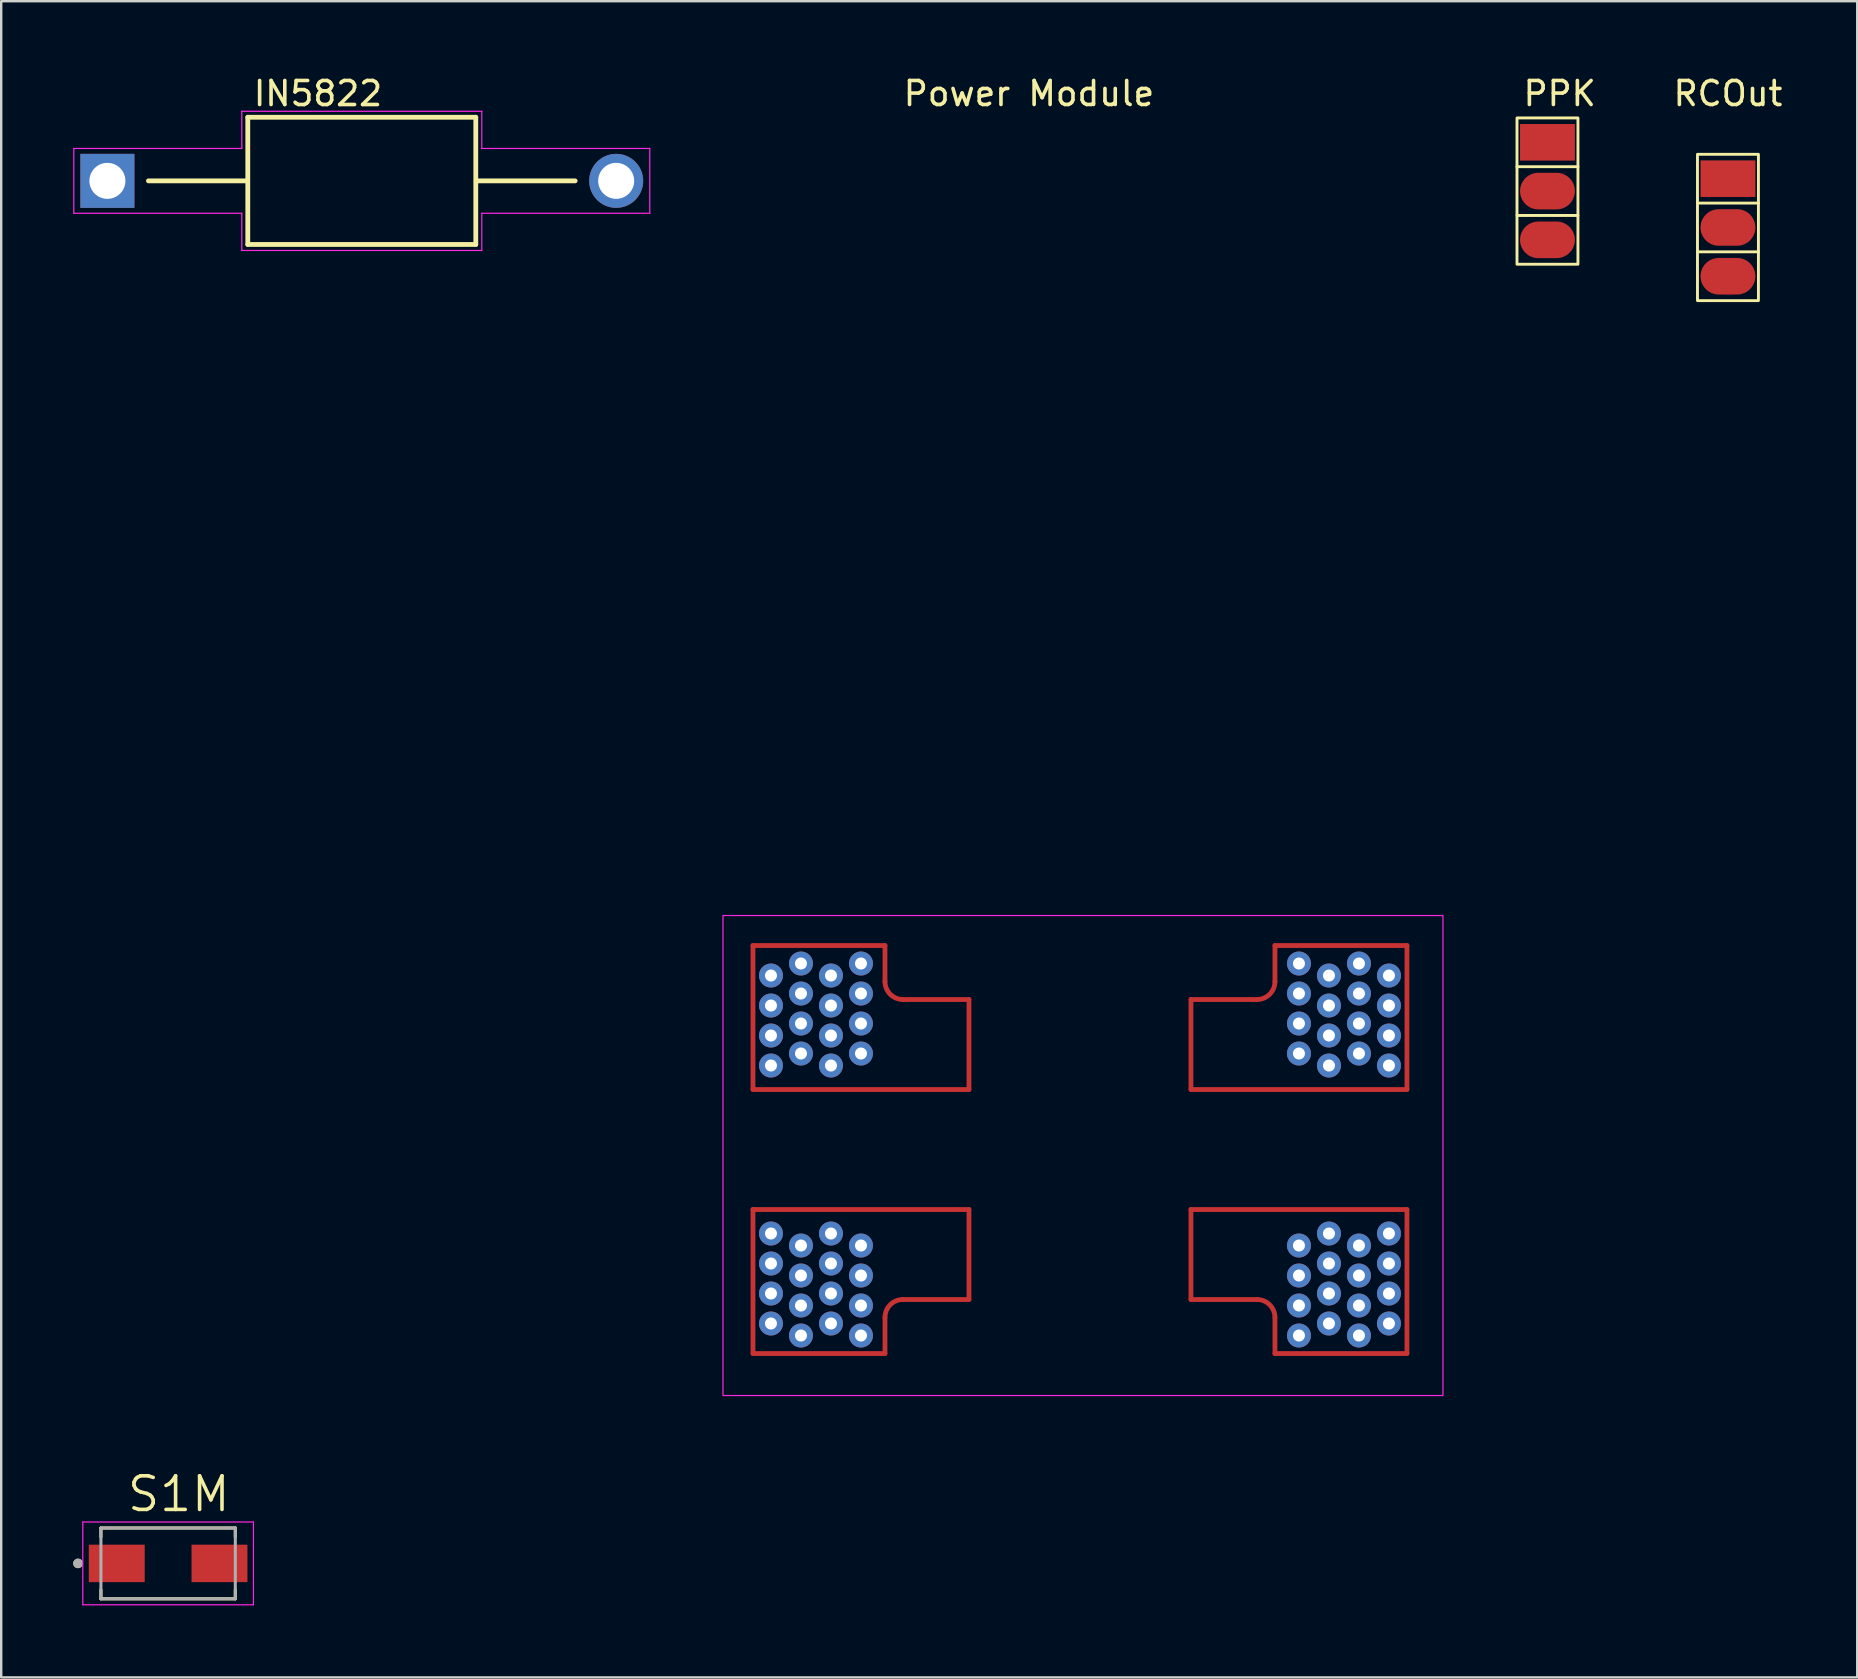
<source format=kicad_pcb>
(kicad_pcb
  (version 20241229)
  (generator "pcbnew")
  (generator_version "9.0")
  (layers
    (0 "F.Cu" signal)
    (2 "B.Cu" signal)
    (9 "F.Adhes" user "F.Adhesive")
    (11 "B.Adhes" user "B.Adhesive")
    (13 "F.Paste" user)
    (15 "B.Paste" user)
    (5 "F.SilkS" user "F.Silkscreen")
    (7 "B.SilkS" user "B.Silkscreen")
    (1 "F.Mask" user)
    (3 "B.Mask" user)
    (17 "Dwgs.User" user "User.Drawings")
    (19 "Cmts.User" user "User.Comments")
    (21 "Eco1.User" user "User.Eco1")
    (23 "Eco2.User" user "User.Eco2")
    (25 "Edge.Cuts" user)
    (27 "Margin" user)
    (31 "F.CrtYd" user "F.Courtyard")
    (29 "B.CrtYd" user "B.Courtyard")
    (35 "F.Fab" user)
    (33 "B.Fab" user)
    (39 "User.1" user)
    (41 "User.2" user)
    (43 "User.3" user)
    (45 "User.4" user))
  (footprint "Power Module"
    (layer "F.Cu")
    (at 39.825 44.848)
    (property "Reference" "Power Module" (at 0 -44 0) (unlocked yes) (layer "F.SilkS") (effects (font (size 1 1) (thickness 0.15))))
    (attr smd)
    (fp_line (start -11.5 -8.5) (end -6 -8.5) (stroke (width 0.2) (type solid)) (layer "F.Cu"))
    (fp_line (start -11.5 -2.5) (end -11.5 -8.5) (stroke (width 0.2) (type solid)) (layer "F.Cu"))
    (fp_line (start -11.5 2.5) (end -11.5 8.5) (stroke (width 0.2) (type solid)) (layer "F.Cu"))
    (fp_line (start -11.5 8.5) (end -6 8.5) (stroke (width 0.2) (type solid)) (layer "F.Cu"))
    (fp_line (start -6 -8.5) (end -6 -7) (stroke (width 0.2) (type solid)) (layer "F.Cu"))
    (fp_line (start -6 8.5) (end -6 7) (stroke (width 0.2) (type solid)) (layer "F.Cu"))
    (fp_line (start -5.25 -6.25) (end -2.5 -6.25) (stroke (width 0.2) (type solid)) (layer "F.Cu"))
    (fp_line (start -5.25 6.25) (end -2.5 6.25) (stroke (width 0.2) (type solid)) (layer "F.Cu"))
    (fp_line (start -2.5 -6.25) (end -2.5 -2.5) (stroke (width 0.2) (type solid)) (layer "F.Cu"))
    (fp_line (start -2.5 -2.5) (end -11.5 -2.5) (stroke (width 0.2) (type solid)) (layer "F.Cu"))
    (fp_line (start -2.5 2.5) (end -11.5 2.5) (stroke (width 0.2) (type solid)) (layer "F.Cu"))
    (fp_line (start -2.5 6.25) (end -2.5 2.5) (stroke (width 0.2) (type solid)) (layer "F.Cu"))
    (fp_line (start 6.75 -6.25) (end 6.75 -2.5) (stroke (width 0.2) (type solid)) (layer "F.Cu"))
    (fp_line (start 6.75 -2.5) (end 15.75 -2.5) (stroke (width 0.2) (type solid)) (layer "F.Cu"))
    (fp_line (start 6.75 2.5) (end 15.75 2.5) (stroke (width 0.2) (type solid)) (layer "F.Cu"))
    (fp_line (start 6.75 6.25) (end 6.75 2.5) (stroke (width 0.2) (type solid)) (layer "F.Cu"))
    (fp_line (start 9.5 -6.25) (end 6.75 -6.25) (stroke (width 0.2) (type solid)) (layer "F.Cu"))
    (fp_line (start 9.5 6.25) (end 6.75 6.25) (stroke (width 0.2) (type solid)) (layer "F.Cu"))
    (fp_line (start 10.25 -8.5) (end 10.25 -7) (stroke (width 0.2) (type solid)) (layer "F.Cu"))
    (fp_line (start 10.25 8.5) (end 10.25 7) (stroke (width 0.2) (type solid)) (layer "F.Cu"))
    (fp_line (start 15.75 -8.5) (end 10.25 -8.5) (stroke (width 0.2) (type solid)) (layer "F.Cu"))
    (fp_line (start 15.75 -2.5) (end 15.75 -8.5) (stroke (width 0.2) (type solid)) (layer "F.Cu"))
    (fp_line (start 15.75 2.5) (end 15.75 8.5) (stroke (width 0.2) (type solid)) (layer "F.Cu"))
    (fp_line (start 15.75 8.5) (end 10.25 8.5) (stroke (width 0.2) (type solid)) (layer "F.Cu"))
    (fp_arc (start -6 7) (mid -5.78033 6.46967) (end -5.25 6.25) (stroke (width 0.2) (type solid)) (layer "F.Cu"))
    (fp_arc (start -5.25 -6.25) (mid -5.78033 -6.46967) (end -6 -7) (stroke (width 0.2) (type solid)) (layer "F.Cu"))
    (fp_arc (start 9.5 6.25) (mid 10.03033 6.46967) (end 10.25 7) (stroke (width 0.2) (type solid)) (layer "F.Cu"))
    (fp_arc (start 10.25 -7) (mid 10.03033 -6.46967) (end 9.5 -6.25) (stroke (width 0.2) (type solid)) (layer "F.Cu"))
    (fp_rect (start 17.25 -9.75) (end -12.75 10.25) (stroke (width 0.05) (type solid)) (fill no) (layer "F.CrtYd"))
    (pad "" thru_hole circle (at -10.75 -7.25) (size 1 1) (drill 0.5) (layers "*.Cu" "*.Mask"))
    (pad "" thru_hole circle (at -10.75 -6) (size 1 1) (drill 0.5) (layers "*.Cu" "*.Mask"))
    (pad "" thru_hole circle (at -10.75 -4.75) (size 1 1) (drill 0.5) (layers "*.Cu" "*.Mask"))
    (pad "" thru_hole circle (at -10.75 -3.5) (size 1 1) (drill 0.5) (layers "*.Cu" "*.Mask"))
    (pad "" thru_hole circle (at -10.75 3.5 180) (size 1 1) (drill 0.5) (layers "*.Cu" "*.Mask"))
    (pad "" thru_hole circle (at -10.75 4.75 180) (size 1 1) (drill 0.5) (layers "*.Cu" "*.Mask"))
    (pad "" thru_hole circle (at -10.75 6 180) (size 1 1) (drill 0.5) (layers "*.Cu" "*.Mask"))
    (pad "" thru_hole circle (at -10.75 7.25 180) (size 1 1) (drill 0.5) (layers "*.Cu" "*.Mask"))
    (pad "" thru_hole circle (at -9.5 -7.75) (size 1 1) (drill 0.5) (layers "*.Cu" "*.Mask"))
    (pad "" thru_hole circle (at -9.5 -6.5) (size 1 1) (drill 0.5) (layers "*.Cu" "*.Mask"))
    (pad "" thru_hole circle (at -9.5 -5.25) (size 1 1) (drill 0.5) (layers "*.Cu" "*.Mask"))
    (pad "" thru_hole circle (at -9.5 -4) (size 1 1) (drill 0.5) (layers "*.Cu" "*.Mask"))
    (pad "" thru_hole circle (at -9.5 4 180) (size 1 1) (drill 0.5) (layers "*.Cu" "*.Mask"))
    (pad "" thru_hole circle (at -9.5 5.25 180) (size 1 1) (drill 0.5) (layers "*.Cu" "*.Mask"))
    (pad "" thru_hole circle (at -9.5 6.5 180) (size 1 1) (drill 0.5) (layers "*.Cu" "*.Mask"))
    (pad "" thru_hole circle (at -9.5 7.75 180) (size 1 1) (drill 0.5) (layers "*.Cu" "*.Mask"))
    (pad "" thru_hole circle (at -8.25 -7.25) (size 1 1) (drill 0.5) (layers "*.Cu" "*.Mask"))
    (pad "" thru_hole circle (at -8.25 -6) (size 1 1) (drill 0.5) (layers "*.Cu" "*.Mask"))
    (pad "" thru_hole circle (at -8.25 -4.75) (size 1 1) (drill 0.5) (layers "*.Cu" "*.Mask"))
    (pad "" thru_hole circle (at -8.25 -3.5) (size 1 1) (drill 0.5) (layers "*.Cu" "*.Mask"))
    (pad "" thru_hole circle (at -8.25 3.5 180) (size 1 1) (drill 0.5) (layers "*.Cu" "*.Mask"))
    (pad "" thru_hole circle (at -8.25 4.75 180) (size 1 1) (drill 0.5) (layers "*.Cu" "*.Mask"))
    (pad "" thru_hole circle (at -8.25 6 180) (size 1 1) (drill 0.5) (layers "*.Cu" "*.Mask"))
    (pad "" thru_hole circle (at -8.25 7.25 180) (size 1 1) (drill 0.5) (layers "*.Cu" "*.Mask"))
    (pad "" thru_hole circle (at -7 -7.75) (size 1 1) (drill 0.5) (layers "*.Cu" "*.Mask"))
    (pad "" thru_hole circle (at -7 -6.5) (size 1 1) (drill 0.5) (layers "*.Cu" "*.Mask"))
    (pad "" thru_hole circle (at -7 -5.25) (size 1 1) (drill 0.5) (layers "*.Cu" "*.Mask"))
    (pad "" thru_hole circle (at -7 -4) (size 1 1) (drill 0.5) (layers "*.Cu" "*.Mask"))
    (pad "" thru_hole circle (at -7 4 180) (size 1 1) (drill 0.5) (layers "*.Cu" "*.Mask"))
    (pad "" thru_hole circle (at -7 5.25 180) (size 1 1) (drill 0.5) (layers "*.Cu" "*.Mask"))
    (pad "" thru_hole circle (at -7 6.5 180) (size 1 1) (drill 0.5) (layers "*.Cu" "*.Mask"))
    (pad "" thru_hole circle (at -7 7.75 180) (size 1 1) (drill 0.5) (layers "*.Cu" "*.Mask"))
    (pad "" thru_hole circle (at 11.25 -7.75) (size 1 1) (drill 0.5) (layers "*.Cu" "*.Mask"))
    (pad "" thru_hole circle (at 11.25 -6.5) (size 1 1) (drill 0.5) (layers "*.Cu" "*.Mask"))
    (pad "" thru_hole circle (at 11.25 -5.25) (size 1 1) (drill 0.5) (layers "*.Cu" "*.Mask"))
    (pad "" thru_hole circle (at 11.25 -4) (size 1 1) (drill 0.5) (layers "*.Cu" "*.Mask"))
    (pad "" thru_hole circle (at 11.25 4 180) (size 1 1) (drill 0.5) (layers "*.Cu" "*.Mask"))
    (pad "" thru_hole circle (at 11.25 5.25 180) (size 1 1) (drill 0.5) (layers "*.Cu" "*.Mask"))
    (pad "" thru_hole circle (at 11.25 6.5 180) (size 1 1) (drill 0.5) (layers "*.Cu" "*.Mask"))
    (pad "" thru_hole circle (at 11.25 7.75 180) (size 1 1) (drill 0.5) (layers "*.Cu" "*.Mask"))
    (pad "" thru_hole circle (at 12.5 -7.25) (size 1 1) (drill 0.5) (layers "*.Cu" "*.Mask"))
    (pad "" thru_hole circle (at 12.5 -6) (size 1 1) (drill 0.5) (layers "*.Cu" "*.Mask"))
    (pad "" thru_hole circle (at 12.5 -4.75) (size 1 1) (drill 0.5) (layers "*.Cu" "*.Mask"))
    (pad "" thru_hole circle (at 12.5 -3.5) (size 1 1) (drill 0.5) (layers "*.Cu" "*.Mask"))
    (pad "" thru_hole circle (at 12.5 3.5 180) (size 1 1) (drill 0.5) (layers "*.Cu" "*.Mask"))
    (pad "" thru_hole circle (at 12.5 4.75 180) (size 1 1) (drill 0.5) (layers "*.Cu" "*.Mask"))
    (pad "" thru_hole circle (at 12.5 6 180) (size 1 1) (drill 0.5) (layers "*.Cu" "*.Mask"))
    (pad "" thru_hole circle (at 12.5 7.25 180) (size 1 1) (drill 0.5) (layers "*.Cu" "*.Mask"))
    (pad "" thru_hole circle (at 13.75 -7.75) (size 1 1) (drill 0.5) (layers "*.Cu" "*.Mask"))
    (pad "" thru_hole circle (at 13.75 -6.5) (size 1 1) (drill 0.5) (layers "*.Cu" "*.Mask"))
    (pad "" thru_hole circle (at 13.75 -5.25) (size 1 1) (drill 0.5) (layers "*.Cu" "*.Mask"))
    (pad "" thru_hole circle (at 13.75 -4) (size 1 1) (drill 0.5) (layers "*.Cu" "*.Mask"))
    (pad "" thru_hole circle (at 13.75 4 180) (size 1 1) (drill 0.5) (layers "*.Cu" "*.Mask"))
    (pad "" thru_hole circle (at 13.75 5.25 180) (size 1 1) (drill 0.5) (layers "*.Cu" "*.Mask"))
    (pad "" thru_hole circle (at 13.75 6.5 180) (size 1 1) (drill 0.5) (layers "*.Cu" "*.Mask"))
    (pad "" thru_hole circle (at 13.75 7.75 180) (size 1 1) (drill 0.5) (layers "*.Cu" "*.Mask"))
    (pad "" thru_hole circle (at 15 -7.25) (size 1 1) (drill 0.5) (layers "*.Cu" "*.Mask"))
    (pad "" thru_hole circle (at 15 -6) (size 1 1) (drill 0.5) (layers "*.Cu" "*.Mask"))
    (pad "" thru_hole circle (at 15 -4.75) (size 1 1) (drill 0.5) (layers "*.Cu" "*.Mask"))
    (pad "" thru_hole circle (at 15 -3.5) (size 1 1) (drill 0.5) (layers "*.Cu" "*.Mask"))
    (pad "" thru_hole circle (at 15 3.5 180) (size 1 1) (drill 0.5) (layers "*.Cu" "*.Mask"))
    (pad "" thru_hole circle (at 15 4.75 180) (size 1 1) (drill 0.5) (layers "*.Cu" "*.Mask"))
    (pad "" thru_hole circle (at 15 6 180) (size 1 1) (drill 0.5) (layers "*.Cu" "*.Mask"))
    (pad "" thru_hole circle (at 15 7.25 180) (size 1 1) (drill 0.5) (layers "*.Cu" "*.Mask")))
  (footprint "PPK"
    (layer "F.Cu")
    (at 61.938 8.214)
    (property "Reference" "PPK" (at 0 -7.366 0) (unlocked yes) (layer "F.SilkS") (effects (font (size 1 1) (thickness 0.15))))
    (attr smd)
    (fp_line (start -1.778 -4.318) (end 0.762 -4.318) (stroke (width 0.12) (type solid)) (layer "F.SilkS"))
    (fp_line (start 0.762 -2.286) (end -1.778 -2.286) (stroke (width 0.12) (type solid)) (layer "F.SilkS"))
    (fp_rect (start -1.778 -6.35) (end 0.762 -0.254) (stroke (width 0.12) (type solid)) (fill no) (layer "F.SilkS"))
    (pad "1" smd rect (at -0.508 -5.334) (size 2.286 1.524) (layers "F.Cu" "F.Mask" "F.Paste"))
    (pad "2" smd oval (at -0.508 -3.302) (size 2.286 1.524) (layers "F.Cu" "F.Mask" "F.Paste"))
    (pad "3" smd oval (at -0.508 -1.27) (size 2.286 1.524) (layers "F.Cu" "F.Mask" "F.Paste")))
  (footprint "S1M"
    (layer "F.Cu")
    (at 3.955 62.094)
    (property "Reference" "S1M" (at 0.445 -2.889 0) (layer "F.SilkS") (effects (font (size 1.4 1.4) (thickness 0.15))))
    (attr through_hole)
    (fp_line (start -2.8 -1.475) (end 2.8 -1.475) (stroke (width 0.127) (type solid)) (layer "F.SilkS"))
    (fp_line (start -2.8 -1.1) (end -2.8 -1.475) (stroke (width 0.127) (type solid)) (layer "F.SilkS"))
    (fp_line (start -2.8 1.475) (end -2.8 1.1) (stroke (width 0.127) (type solid)) (layer "F.SilkS"))
    (fp_line (start 2.8 -1.475) (end 2.8 -1.1) (stroke (width 0.127) (type solid)) (layer "F.SilkS"))
    (fp_line (start 2.8 1.1) (end 2.8 1.475) (stroke (width 0.127) (type solid)) (layer "F.SilkS"))
    (fp_line (start 2.8 1.475) (end -2.8 1.475) (stroke (width 0.127) (type solid)) (layer "F.SilkS"))
    (fp_circle (center -3.755 0) (end -3.655 0) (stroke (width 0.2) (type solid)) (fill no) (layer "F.SilkS"))
    (fp_line (start -3.555 -1.725) (end 3.555 -1.725) (stroke (width 0.05) (type solid)) (layer "F.CrtYd"))
    (fp_line (start -3.555 1.725) (end -3.555 -1.725) (stroke (width 0.05) (type solid)) (layer "F.CrtYd"))
    (fp_line (start 3.555 -1.725) (end 3.555 1.725) (stroke (width 0.05) (type solid)) (layer "F.CrtYd"))
    (fp_line (start 3.555 1.725) (end -3.555 1.725) (stroke (width 0.05) (type solid)) (layer "F.CrtYd"))
    (fp_line (start -2.8 -1.475) (end 2.8 -1.475) (stroke (width 0.127) (type solid)) (layer "F.Fab"))
    (fp_line (start -2.8 1.475) (end -2.8 -1.475) (stroke (width 0.127) (type solid)) (layer "F.Fab"))
    (fp_line (start 2.8 -1.475) (end 2.8 1.475) (stroke (width 0.127) (type solid)) (layer "F.Fab"))
    (fp_line (start 2.8 1.475) (end -2.8 1.475) (stroke (width 0.127) (type solid)) (layer "F.Fab"))
    (fp_circle (center -3.755 0) (end -3.655 0) (stroke (width 0.2) (type solid)) (fill no) (layer "F.Fab"))
    (pad "A" smd rect (at 2.14 0 180) (size 2.33 1.56) (layers "F.Cu" "F.Mask" "F.Paste"))
    (pad "C" smd rect (at -2.14 0) (size 2.33 1.56) (layers "F.Cu" "F.Mask" "F.Paste")))
  (footprint "IN5822"
    (layer "F.Cu")
    (at 12.025 4.486)
    (property "Reference" "IN5822" (at -1.826 -3.637 0) (layer "F.SilkS") (effects (font (size 1.001 1.001) (thickness 0.15))))
    (attr through_hole)
    (fp_line (start -8.89 0) (end -4.8 0) (stroke (width 0.2) (type solid)) (layer "F.SilkS"))
    (fp_line (start -4.75 -2.65) (end 4.75 -2.65) (stroke (width 0.2) (type solid)) (layer "F.SilkS"))
    (fp_line (start -4.75 2.65) (end -4.75 -2.65) (stroke (width 0.2) (type solid)) (layer "F.SilkS"))
    (fp_line (start 4.75 -2.65) (end 4.75 2.65) (stroke (width 0.2) (type solid)) (layer "F.SilkS"))
    (fp_line (start 4.75 2.65) (end -4.75 2.65) (stroke (width 0.2) (type solid)) (layer "F.SilkS"))
    (fp_line (start 8.89 0) (end 4.8 0) (stroke (width 0.2) (type solid)) (layer "F.SilkS"))
    (fp_line (start -12 -1.35) (end -5 -1.35) (stroke (width 0.05) (type solid)) (layer "F.CrtYd"))
    (fp_line (start -12 1.35) (end -12 -1.35) (stroke (width 0.05) (type solid)) (layer "F.CrtYd"))
    (fp_line (start -12 1.35) (end -5 1.35) (stroke (width 0.05) (type solid)) (layer "F.CrtYd"))
    (fp_line (start -5 -2.9) (end 5 -2.9) (stroke (width 0.05) (type solid)) (layer "F.CrtYd"))
    (fp_line (start -5 -1.35) (end -5 -2.9) (stroke (width 0.05) (type solid)) (layer "F.CrtYd"))
    (fp_line (start -5 1.35) (end -5 2.9) (stroke (width 0.05) (type solid)) (layer "F.CrtYd"))
    (fp_line (start 5 -1.35) (end 5 -2.9) (stroke (width 0.05) (type solid)) (layer "F.CrtYd"))
    (fp_line (start 5 1.35) (end 5 2.9) (stroke (width 0.05) (type solid)) (layer "F.CrtYd"))
    (fp_line (start 5 1.35) (end 12 1.35) (stroke (width 0.05) (type solid)) (layer "F.CrtYd"))
    (fp_line (start 5 2.9) (end -5 2.9) (stroke (width 0.05) (type solid)) (layer "F.CrtYd"))
    (fp_line (start 12 -1.35) (end 5 -1.35) (stroke (width 0.05) (type solid)) (layer "F.CrtYd"))
    (fp_line (start 12 -1.35) (end 12 1.35) (stroke (width 0.05) (type solid)) (layer "F.CrtYd"))
    (pad "A" thru_hole circle (at 10.6 0) (size 2.25 2.25) (drill 1.5) (layers "*.Cu" "*.Mask"))
    (pad "C" thru_hole rect (at -10.6 0) (size 2.25 2.25) (drill 1.5) (layers "*.Cu" "*.Mask")))
  (footprint "RCOut"
    (layer "F.Cu")
    (at 68.95 1.348)
    (property "Reference" "RCOut" (at 0 -0.5 0) (unlocked yes) (layer "F.SilkS") (effects (font (size 1 1) (thickness 0.15))))
    (attr smd)
    (fp_line (start -1.27 4.064) (end 1.27 4.064) (stroke (width 0.12) (type solid)) (layer "F.SilkS"))
    (fp_line (start 1.27 6.096) (end -1.27 6.096) (stroke (width 0.12) (type solid)) (layer "F.SilkS"))
    (fp_rect (start -1.27 2.032) (end 1.27 8.128) (stroke (width 0.12) (type solid)) (fill no) (layer "F.SilkS"))
    (pad "1" smd rect (at 0 3.048) (size 2.286 1.524) (layers "F.Cu" "F.Mask" "F.Paste"))
    (pad "2" smd oval (at 0 5.08) (size 2.286 1.524) (layers "F.Cu" "F.Mask" "F.Paste"))
    (pad "3" smd oval (at 0 7.112) (size 2.286 1.524) (layers "F.Cu" "F.Mask" "F.Paste")))
  (gr_rect
    (start -3 -3)
    (end 74.337 66.844)
    (stroke (width 0.1) (type default))
    (fill no)
    (layer "Edge.Cuts")))
</source>
